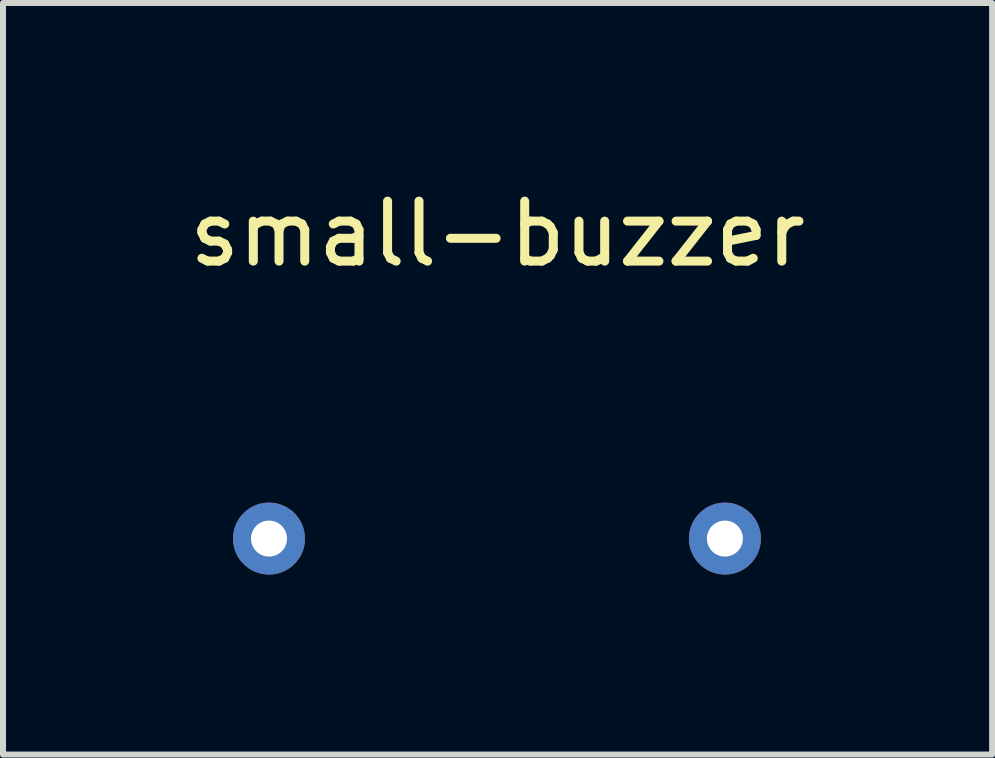
<source format=kicad_pcb>
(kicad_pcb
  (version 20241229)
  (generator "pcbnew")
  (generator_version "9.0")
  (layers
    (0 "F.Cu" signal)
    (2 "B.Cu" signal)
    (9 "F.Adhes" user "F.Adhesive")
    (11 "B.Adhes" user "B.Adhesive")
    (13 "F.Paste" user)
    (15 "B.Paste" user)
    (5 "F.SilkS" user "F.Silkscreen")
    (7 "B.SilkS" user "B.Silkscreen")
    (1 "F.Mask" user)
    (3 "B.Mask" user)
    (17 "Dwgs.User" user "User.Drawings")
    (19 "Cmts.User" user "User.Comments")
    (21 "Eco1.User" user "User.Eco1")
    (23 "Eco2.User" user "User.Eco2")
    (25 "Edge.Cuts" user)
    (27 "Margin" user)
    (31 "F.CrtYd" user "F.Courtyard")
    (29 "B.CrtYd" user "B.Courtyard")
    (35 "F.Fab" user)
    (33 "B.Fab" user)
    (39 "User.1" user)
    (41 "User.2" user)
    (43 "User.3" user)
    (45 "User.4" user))
  (footprint "small-buzzer"
    (layer "F.Cu")
    (at 1.434 5.928)
    (property "Reference" "small-buzzer" (at 3.81 -5.08 0) (layer "F.SilkS") (effects (font (size 1 1) (thickness 0.15))))
    (attr through_hole)
    (pad "1" thru_hole circle (at 0 0) (size 1.2 1.2) (drill 0.6) (layers "*.Cu" "*.Mask"))
    (pad "2" thru_hole circle (at 7.6 0) (size 1.2 1.2) (drill 0.6) (layers "*.Cu" "*.Mask")))
  (gr_rect
    (start -3 -3)
    (end 13.488 9.528)
    (stroke (width 0.1) (type default))
    (fill no)
    (layer "Edge.Cuts")))
</source>
